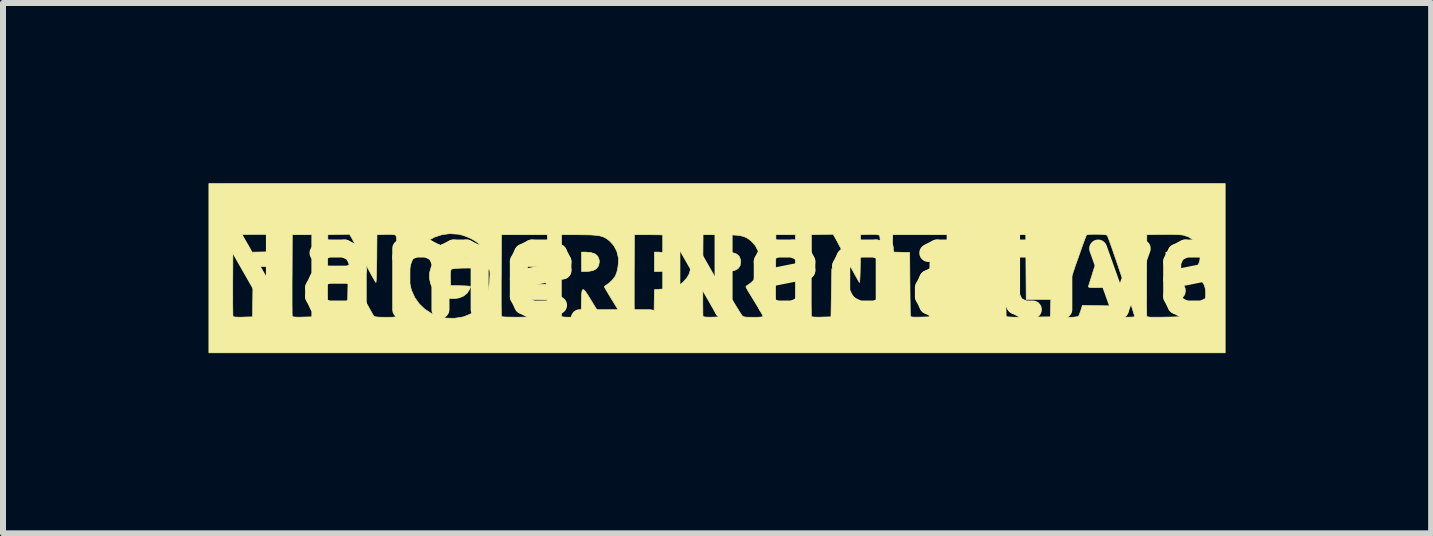
<source format=kicad_pcb>
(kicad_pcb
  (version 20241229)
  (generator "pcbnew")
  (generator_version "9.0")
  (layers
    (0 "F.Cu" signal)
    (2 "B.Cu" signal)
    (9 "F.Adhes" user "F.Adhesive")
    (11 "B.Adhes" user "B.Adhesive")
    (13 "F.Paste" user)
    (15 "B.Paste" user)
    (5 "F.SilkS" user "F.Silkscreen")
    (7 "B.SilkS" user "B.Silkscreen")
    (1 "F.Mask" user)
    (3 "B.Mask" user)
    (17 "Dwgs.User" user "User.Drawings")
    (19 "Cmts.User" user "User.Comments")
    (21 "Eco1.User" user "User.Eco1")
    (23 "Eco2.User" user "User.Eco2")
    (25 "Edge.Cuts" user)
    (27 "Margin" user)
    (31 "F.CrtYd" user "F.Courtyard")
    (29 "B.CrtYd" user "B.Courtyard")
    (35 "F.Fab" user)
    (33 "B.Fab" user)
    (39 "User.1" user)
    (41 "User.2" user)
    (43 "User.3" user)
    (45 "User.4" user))
  (footprint "Name_Negative"
    (layer "F.Cu")
    (at 8.897 1.418)
    (property "Reference" "Name_Negative" (at 0 0 0) (layer "F.SilkS") (effects (font (size 1.524 1.524) (thickness 0.3))))
    (attr through_hole)
    (fp_poly (pts (xy -2.191 -0.268) (xy -2.1 -0.26) (xy -2.031 -0.236) (xy -1.986 -0.196) (xy -1.964 -0.139) (xy -1.961 -0.106) (xy -1.973 -0.041) (xy -2.007 0.007) (xy -2.064 0.039) (xy -2.143 0.054) (xy -2.191 0.056) (xy -2.258 0.056) (xy -2.258 -0.268) (xy -2.191 -0.268)) (stroke (width 0.01) (type solid)) (fill yes) (layer "F.SilkS"))
    (fp_poly (pts (xy -0.977 -0.268) (xy -0.886 -0.26) (xy -0.818 -0.236) (xy -0.773 -0.196) (xy -0.751 -0.139) (xy -0.748 -0.106) (xy -0.759 -0.041) (xy -0.793 0.007) (xy -0.85 0.039) (xy -0.93 0.054) (xy -0.977 0.056) (xy -1.044 0.056) (xy -1.044 -0.268) (xy -0.977 -0.268)) (stroke (width 0.01) (type solid)) (fill yes) (layer "F.SilkS"))
    (fp_poly (pts (xy 0.166 -0.268) (xy 0.257 -0.26) (xy 0.325 -0.236) (xy 0.37 -0.196) (xy 0.392 -0.139) (xy 0.395 -0.106) (xy 0.384 -0.041) (xy 0.35 0.007) (xy 0.293 0.039) (xy 0.213 0.054) (xy 0.166 0.056) (xy 0.099 0.056) (xy 0.099 -0.268) (xy 0.166 -0.268)) (stroke (width 0.01) (type solid)) (fill yes) (layer "F.SilkS"))
    (fp_poly (pts (xy 7.639 -0.263) (xy 7.691 -0.245) (xy 7.723 -0.213) (xy 7.736 -0.165) (xy 7.736 -0.148) (xy 7.728 -0.096) (xy 7.702 -0.059) (xy 7.656 -0.038) (xy 7.587 -0.029) (xy 7.563 -0.028) (xy 7.479 -0.028) (xy 7.479 -0.268) (xy 7.563 -0.268) (xy 7.639 -0.263)) (stroke (width 0.01) (type solid)) (fill yes) (layer "F.SilkS"))
    (fp_poly (pts (xy 7.678 0.238) (xy 7.739 0.256) (xy 7.778 0.288) (xy 7.799 0.335) (xy 7.803 0.383) (xy 7.794 0.438) (xy 7.764 0.479) (xy 7.712 0.506) (xy 7.637 0.52) (xy 7.578 0.522) (xy 7.478 0.522) (xy 7.482 0.377) (xy 7.486 0.233) (xy 7.593 0.233) (xy 7.678 0.238)) (stroke (width 0.01) (type solid)) (fill yes) (layer "F.SilkS"))
    (fp_poly (pts (xy 6.334 -0.11) (xy 6.346 -0.074) (xy 6.362 -0.022) (xy 6.382 0.04) (xy 6.402 0.107) (xy 6.422 0.173) (xy 6.44 0.232) (xy 6.454 0.279) (xy 6.462 0.308) (xy 6.463 0.314) (xy 6.45 0.319) (xy 6.414 0.322) (xy 6.363 0.324) (xy 6.322 0.325) (xy 6.255 0.324) (xy 6.212 0.321) (xy 6.191 0.315) (xy 6.187 0.307) (xy 6.193 0.288) (xy 6.206 0.247) (xy 6.224 0.189) (xy 6.246 0.12) (xy 6.258 0.08) (xy 6.281 0.008) (xy 6.301 -0.052) (xy 6.316 -0.097) (xy 6.326 -0.121) (xy 6.328 -0.125) (xy 6.334 -0.11)) (stroke (width 0.01) (type solid)) (fill yes) (layer "F.SilkS"))
    (fp_poly (pts (xy 8.467 1.411) (xy -8.467 1.411) (xy -8.467 0.375) (xy -8.069 0.375) (xy -8.069 0.491) (xy -8.069 0.592) (xy -8.068 0.677) (xy -8.067 0.742) (xy -8.066 0.784) (xy -8.065 0.801) (xy -8.054 0.81) (xy -8.026 0.814) (xy -7.978 0.816) (xy -7.906 0.816) (xy -7.899 0.815) (xy -7.74 0.811) (xy -7.736 0.54) (xy -7.734 0.375) (xy -7.081 0.375) (xy -7.081 0.491) (xy -7.081 0.592) (xy -7.08 0.677) (xy -7.08 0.742) (xy -7.078 0.784) (xy -7.077 0.801) (xy -7.066 0.81) (xy -7.038 0.814) (xy -6.99 0.816) (xy -6.918 0.816) (xy -6.911 0.815) (xy -6.752 0.811) (xy -6.752 0.375) (xy -6.489 0.375) (xy -6.489 0.491) (xy -6.488 0.592) (xy -6.488 0.677) (xy -6.487 0.742) (xy -6.486 0.784) (xy -6.484 0.801) (xy -6.473 0.81) (xy -6.446 0.814) (xy -6.398 0.816) (xy -6.325 0.816) (xy -6.319 0.815) (xy -6.16 0.811) (xy -6.152 0.41) (xy -6.145 0.008) (xy -5.941 0.395) (xy -5.889 0.491) (xy -5.842 0.58) (xy -5.799 0.658) (xy -5.763 0.722) (xy -5.737 0.769) (xy -5.721 0.795) (xy -5.718 0.8) (xy -5.699 0.808) (xy -5.663 0.814) (xy -5.605 0.817) (xy -5.525 0.818) (xy -5.45 0.818) (xy -5.399 0.816) (xy -5.367 0.812) (xy -5.35 0.805) (xy -5.343 0.796) (xy -5.341 0.778) (xy -5.339 0.734) (xy -5.338 0.668) (xy -5.336 0.583) (xy -5.335 0.48) (xy -5.335 0.365) (xy -5.334 0.238) (xy -5.334 0.121) (xy -5.334 0.077) (xy -5.13 0.077) (xy -5.127 0.213) (xy -5.125 0.231) (xy -5.092 0.366) (xy -5.037 0.488) (xy -4.961 0.595) (xy -4.868 0.684) (xy -4.76 0.754) (xy -4.64 0.804) (xy -4.51 0.832) (xy -4.374 0.835) (xy -4.234 0.813) (xy -4.219 0.809) (xy -4.113 0.766) (xy -4.013 0.7) (xy -3.953 0.643) (xy -3.89 0.561) (xy -3.843 0.468) (xy -3.815 0.375) (xy -3.596 0.375) (xy -3.596 0.491) (xy -3.596 0.592) (xy -3.595 0.677) (xy -3.594 0.742) (xy -3.593 0.784) (xy -3.592 0.801) (xy -3.584 0.807) (xy -3.562 0.811) (xy -3.525 0.814) (xy -3.469 0.815) (xy -3.392 0.816) (xy -3.291 0.816) (xy -3.207 0.815) (xy -2.829 0.811) (xy -2.829 0.529) (xy -3.26 0.521) (xy -3.26 0.375) (xy -2.594 0.375) (xy -2.594 0.491) (xy -2.594 0.592) (xy -2.593 0.677) (xy -2.592 0.742) (xy -2.591 0.784) (xy -2.59 0.801) (xy -2.579 0.81) (xy -2.551 0.814) (xy -2.503 0.816) (xy -2.431 0.816) (xy -2.424 0.815) (xy -2.265 0.811) (xy -2.261 0.582) (xy -2.259 0.487) (xy -2.255 0.418) (xy -2.248 0.374) (xy -2.235 0.356) (xy -2.216 0.363) (xy -2.188 0.395) (xy -2.15 0.452) (xy -2.1 0.533) (xy -2.083 0.561) (xy -2.04 0.631) (xy -2.001 0.694) (xy -1.968 0.746) (xy -1.945 0.781) (xy -1.936 0.794) (xy -1.922 0.805) (xy -1.901 0.812) (xy -1.865 0.816) (xy -1.811 0.818) (xy -1.755 0.818) (xy -1.691 0.818) (xy -1.638 0.815) (xy -1.602 0.811) (xy -1.589 0.807) (xy -1.594 0.792) (xy -1.612 0.757) (xy -1.641 0.706) (xy -1.679 0.643) (xy -1.723 0.571) (xy -1.73 0.56) (xy -1.775 0.487) (xy -1.814 0.422) (xy -1.842 0.375) (xy -1.38 0.375) (xy -1.38 0.491) (xy -1.38 0.592) (xy -1.379 0.677) (xy -1.379 0.742) (xy -1.378 0.784) (xy -1.376 0.801) (xy -1.365 0.81) (xy -1.338 0.814) (xy -1.289 0.816) (xy -1.217 0.816) (xy -1.21 0.815) (xy -1.051 0.811) (xy -1.047 0.584) (xy -1.044 0.375) (xy -0.237 0.375) (xy -0.237 0.491) (xy -0.237 0.592) (xy -0.236 0.677) (xy -0.236 0.742) (xy -0.235 0.784) (xy -0.233 0.801) (xy -0.222 0.81) (xy -0.195 0.814) (xy -0.146 0.816) (xy -0.074 0.816) (xy -0.067 0.815) (xy 0.092 0.811) (xy 0.096 0.582) (xy 0.098 0.487) (xy 0.102 0.418) (xy 0.109 0.374) (xy 0.121 0.356) (xy 0.141 0.363) (xy 0.168 0.395) (xy 0.207 0.452) (xy 0.257 0.533) (xy 0.274 0.561) (xy 0.316 0.631) (xy 0.356 0.694) (xy 0.388 0.746) (xy 0.411 0.781) (xy 0.421 0.794) (xy 0.434 0.805) (xy 0.456 0.812) (xy 0.491 0.816) (xy 0.545 0.818) (xy 0.601 0.818) (xy 0.665 0.818) (xy 0.718 0.815) (xy 0.754 0.811) (xy 0.767 0.807) (xy 0.762 0.792) (xy 0.744 0.757) (xy 0.715 0.706) (xy 0.678 0.643) (xy 0.634 0.571) (xy 0.627 0.56) (xy 0.582 0.487) (xy 0.542 0.422) (xy 0.514 0.375) (xy 0.976 0.375) (xy 0.976 0.491) (xy 0.976 0.592) (xy 0.977 0.677) (xy 0.978 0.742) (xy 0.979 0.784) (xy 0.98 0.801) (xy 0.991 0.81) (xy 1.019 0.814) (xy 1.067 0.816) (xy 1.14 0.816) (xy 1.146 0.815) (xy 1.305 0.811) (xy 1.305 0.375) (xy 1.569 0.375) (xy 1.569 0.491) (xy 1.569 0.592) (xy 1.57 0.677) (xy 1.571 0.742) (xy 1.572 0.784) (xy 1.573 0.801) (xy 1.584 0.81) (xy 1.612 0.814) (xy 1.66 0.816) (xy 1.732 0.816) (xy 1.739 0.815) (xy 1.898 0.811) (xy 1.905 0.41) (xy 1.912 0.008) (xy 2.117 0.395) (xy 2.168 0.491) (xy 2.216 0.58) (xy 2.258 0.658) (xy 2.294 0.722) (xy 2.321 0.769) (xy 2.337 0.795) (xy 2.34 0.8) (xy 2.358 0.808) (xy 2.395 0.814) (xy 2.453 0.817) (xy 2.532 0.818) (xy 2.607 0.818) (xy 2.658 0.816) (xy 2.69 0.812) (xy 2.707 0.805) (xy 2.715 0.796) (xy 2.717 0.778) (xy 2.718 0.734) (xy 2.72 0.668) (xy 2.721 0.583) (xy 2.722 0.48) (xy 2.723 0.365) (xy 2.723 0.238) (xy 2.723 0.121) (xy 2.723 -0.036) (xy 2.723 -0.167) (xy 2.722 -0.269) (xy 2.92 -0.269) (xy 3.21 -0.261) (xy 3.214 0.261) (xy 3.215 0.38) (xy 3.216 0.491) (xy 3.218 0.59) (xy 3.219 0.673) (xy 3.221 0.738) (xy 3.222 0.782) (xy 3.224 0.801) (xy 3.224 0.801) (xy 3.235 0.81) (xy 3.263 0.815) (xy 3.312 0.816) (xy 3.383 0.815) (xy 3.535 0.811) (xy 3.541 0.375) (xy 4.814 0.375) (xy 4.814 0.491) (xy 4.815 0.592) (xy 4.815 0.677) (xy 4.816 0.742) (xy 4.817 0.784) (xy 4.818 0.801) (xy 4.827 0.807) (xy 4.848 0.811) (xy 4.886 0.814) (xy 4.942 0.816) (xy 5.02 0.816) (xy 5.122 0.816) (xy 5.189 0.815) (xy 5.553 0.811) (xy 5.553 0.803) (xy 5.694 0.803) (xy 5.694 0.804) (xy 5.712 0.811) (xy 5.751 0.816) (xy 5.803 0.818) (xy 5.863 0.819) (xy 5.922 0.817) (xy 5.973 0.813) (xy 6.009 0.807) (xy 6.022 0.801) (xy 6.034 0.778) (xy 6.049 0.739) (xy 6.062 0.702) (xy 6.087 0.62) (xy 6.326 0.624) (xy 6.564 0.628) (xy 6.594 0.72) (xy 6.625 0.811) (xy 6.786 0.815) (xy 6.851 0.816) (xy 6.906 0.815) (xy 6.943 0.812) (xy 6.958 0.808) (xy 6.955 0.794) (xy 6.944 0.756) (xy 6.926 0.697) (xy 6.902 0.621) (xy 6.872 0.531) (xy 6.839 0.429) (xy 6.821 0.375) (xy 7.157 0.375) (xy 7.157 0.491) (xy 7.157 0.593) (xy 7.158 0.678) (xy 7.159 0.743) (xy 7.16 0.785) (xy 7.161 0.802) (xy 7.168 0.809) (xy 7.186 0.813) (xy 7.218 0.816) (xy 7.267 0.817) (xy 7.336 0.817) (xy 7.429 0.816) (xy 7.49 0.815) (xy 7.599 0.813) (xy 7.685 0.81) (xy 7.751 0.806) (xy 7.802 0.801) (xy 7.841 0.795) (xy 7.874 0.787) (xy 7.888 0.782) (xy 7.955 0.75) (xy 8.019 0.703) (xy 8.074 0.647) (xy 8.114 0.59) (xy 8.127 0.557) (xy 8.139 0.488) (xy 8.141 0.411) (xy 8.134 0.339) (xy 8.12 0.285) (xy 8.083 0.223) (xy 8.029 0.164) (xy 7.967 0.117) (xy 7.945 0.106) (xy 7.892 0.082) (xy 7.959 0.016) (xy 8.002 -0.034) (xy 8.029 -0.081) (xy 8.043 -0.125) (xy 8.053 -0.222) (xy 8.037 -0.314) (xy 7.998 -0.397) (xy 7.938 -0.466) (xy 7.861 -0.519) (xy 7.77 -0.55) (xy 7.73 -0.555) (xy 7.668 -0.559) (xy 7.589 -0.561) (xy 7.499 -0.562) (xy 7.429 -0.561) (xy 7.161 -0.557) (xy 7.158 0.113) (xy 7.157 0.248) (xy 7.157 0.375) (xy 6.821 0.375) (xy 6.802 0.319) (xy 6.764 0.205) (xy 6.724 0.088) (xy 6.685 -0.028) (xy 6.647 -0.139) (xy 6.611 -0.243) (xy 6.579 -0.337) (xy 6.55 -0.417) (xy 6.527 -0.481) (xy 6.51 -0.525) (xy 6.501 -0.546) (xy 6.501 -0.547) (xy 6.483 -0.554) (xy 6.444 -0.559) (xy 6.391 -0.563) (xy 6.331 -0.565) (xy 6.27 -0.565) (xy 6.216 -0.563) (xy 6.176 -0.559) (xy 6.158 -0.554) (xy 6.15 -0.538) (xy 6.134 -0.499) (xy 6.112 -0.44) (xy 6.084 -0.363) (xy 6.052 -0.272) (xy 6.016 -0.17) (xy 5.977 -0.06) (xy 5.938 0.055) (xy 5.898 0.172) (xy 5.858 0.288) (xy 5.821 0.399) (xy 5.786 0.503) (xy 5.756 0.597) (xy 5.73 0.677) (xy 5.71 0.74) (xy 5.698 0.783) (xy 5.694 0.803) (xy 5.553 0.803) (xy 5.557 0.667) (xy 5.561 0.522) (xy 5.151 0.522) (xy 5.147 -0.018) (xy 5.144 -0.557) (xy 4.819 -0.557) (xy 4.815 0.113) (xy 4.815 0.248) (xy 4.814 0.375) (xy 3.541 0.375) (xy 3.542 0.275) (xy 3.549 -0.261) (xy 3.69 -0.268) (xy 3.831 -0.275) (xy 3.831 -0.557) (xy 2.928 -0.557) (xy 2.924 -0.413) (xy 2.92 -0.269) (xy 2.722 -0.269) (xy 2.722 -0.274) (xy 2.721 -0.36) (xy 2.719 -0.426) (xy 2.717 -0.476) (xy 2.714 -0.511) (xy 2.711 -0.533) (xy 2.706 -0.546) (xy 2.704 -0.549) (xy 2.677 -0.557) (xy 2.624 -0.562) (xy 2.546 -0.562) (xy 2.538 -0.561) (xy 2.392 -0.557) (xy 2.388 -0.159) (xy 2.387 -0.056) (xy 2.385 0.037) (xy 2.383 0.116) (xy 2.38 0.179) (xy 2.377 0.221) (xy 2.374 0.239) (xy 2.374 0.239) (xy 2.365 0.227) (xy 2.345 0.193) (xy 2.315 0.141) (xy 2.277 0.072) (xy 2.233 -0.009) (xy 2.185 -0.099) (xy 2.173 -0.122) (xy 2.123 -0.216) (xy 2.076 -0.305) (xy 2.034 -0.383) (xy 2 -0.448) (xy 1.974 -0.495) (xy 1.959 -0.522) (xy 1.958 -0.524) (xy 1.933 -0.565) (xy 1.573 -0.557) (xy 1.57 0.113) (xy 1.569 0.248) (xy 1.569 0.375) (xy 1.305 0.375) (xy 1.305 -0.557) (xy 0.981 -0.557) (xy 0.977 0.113) (xy 0.976 0.248) (xy 0.976 0.375) (xy 0.514 0.375) (xy 0.51 0.368) (xy 0.489 0.33) (xy 0.48 0.312) (xy 0.48 0.311) (xy 0.491 0.295) (xy 0.518 0.277) (xy 0.519 0.277) (xy 0.566 0.243) (xy 0.615 0.194) (xy 0.655 0.141) (xy 0.668 0.119) (xy 0.689 0.061) (xy 0.705 -0.013) (xy 0.714 -0.092) (xy 0.714 -0.162) (xy 0.712 -0.175) (xy 0.686 -0.284) (xy 0.637 -0.376) (xy 0.575 -0.445) (xy 0.535 -0.479) (xy 0.494 -0.505) (xy 0.45 -0.525) (xy 0.398 -0.539) (xy 0.334 -0.548) (xy 0.253 -0.554) (xy 0.151 -0.556) (xy 0.056 -0.557) (xy -0.233 -0.557) (xy -0.237 0.113) (xy -0.237 0.248) (xy -0.237 0.375) (xy -1.044 0.375) (xy -1.044 0.357) (xy -0.913 0.348) (xy -0.809 0.338) (xy -0.726 0.321) (xy -0.659 0.296) (xy -0.6 0.26) (xy -0.568 0.233) (xy -0.506 0.168) (xy -0.465 0.097) (xy -0.441 0.015) (xy -0.432 -0.085) (xy -0.432 -0.106) (xy -0.439 -0.21) (xy -0.459 -0.295) (xy -0.497 -0.367) (xy -0.554 -0.432) (xy -0.568 -0.445) (xy -0.608 -0.479) (xy -0.649 -0.505) (xy -0.693 -0.525) (xy -0.745 -0.539) (xy -0.809 -0.548) (xy -0.89 -0.554) (xy -0.992 -0.556) (xy -1.087 -0.557) (xy -1.376 -0.557) (xy -1.38 0.113) (xy -1.38 0.248) (xy -1.38 0.375) (xy -1.842 0.375) (xy -1.846 0.368) (xy -1.868 0.33) (xy -1.877 0.312) (xy -1.877 0.311) (xy -1.866 0.295) (xy -1.838 0.277) (xy -1.838 0.277) (xy -1.791 0.243) (xy -1.742 0.194) (xy -1.701 0.141) (xy -1.689 0.119) (xy -1.668 0.061) (xy -1.652 -0.013) (xy -1.643 -0.092) (xy -1.643 -0.162) (xy -1.644 -0.175) (xy -1.671 -0.284) (xy -1.72 -0.376) (xy -1.782 -0.445) (xy -1.822 -0.479) (xy -1.862 -0.505) (xy -1.906 -0.525) (xy -1.958 -0.539) (xy -2.023 -0.548) (xy -2.104 -0.554) (xy -2.206 -0.556) (xy -2.3 -0.557) (xy -2.589 -0.557) (xy -2.593 0.113) (xy -2.594 0.248) (xy -2.594 0.375) (xy -3.26 0.375) (xy -3.26 0.268) (xy -2.849 0.268) (xy -2.853 0.123) (xy -2.857 -0.021) (xy -3.26 -0.029) (xy -3.26 -0.268) (xy -3.04 -0.268) (xy -2.821 -0.268) (xy -2.825 -0.413) (xy -2.829 -0.557) (xy -3.591 -0.557) (xy -3.595 0.113) (xy -3.596 0.248) (xy -3.596 0.375) (xy -3.815 0.375) (xy -3.81 0.359) (xy -3.791 0.231) (xy -3.787 0.181) (xy -3.783 0.109) (xy -3.784 0.061) (xy -3.79 0.032) (xy -3.796 0.022) (xy -3.816 0.014) (xy -3.859 0.008) (xy -3.92 0.003) (xy -3.994 -0.000307) (xy -4.075 -0.002) (xy -4.159 -0.002) (xy -4.239 -0.001) (xy -4.312 0.002) (xy -4.371 0.007) (xy -4.413 0.013) (xy -4.43 0.02) (xy -4.438 0.046) (xy -4.442 0.098) (xy -4.442 0.164) (xy -4.438 0.289) (xy -4.272 0.293) (xy -4.208 0.295) (xy -4.155 0.298) (xy -4.119 0.301) (xy -4.106 0.304) (xy -4.111 0.321) (xy -4.123 0.352) (xy -4.126 0.357) (xy -4.166 0.419) (xy -4.224 0.465) (xy -4.297 0.495) (xy -4.379 0.508) (xy -4.465 0.504) (xy -4.551 0.483) (xy -4.63 0.444) (xy -4.668 0.415) (xy -4.731 0.344) (xy -4.773 0.259) (xy -4.792 0.167) (xy -4.789 0.073) (xy -4.763 -0.018) (xy -4.714 -0.1) (xy -4.697 -0.12) (xy -4.629 -0.182) (xy -4.556 -0.22) (xy -4.472 -0.238) (xy -4.421 -0.24) (xy -4.365 -0.238) (xy -4.321 -0.231) (xy -4.276 -0.215) (xy -4.219 -0.188) (xy -4.219 -0.188) (xy -4.117 -0.135) (xy -4.028 -0.233) (xy -3.988 -0.279) (xy -3.958 -0.319) (xy -3.94 -0.347) (xy -3.938 -0.355) (xy -3.95 -0.386) (xy -3.984 -0.42) (xy -4.036 -0.457) (xy -4.1 -0.493) (xy -4.172 -0.525) (xy -4.246 -0.55) (xy -4.316 -0.566) (xy -4.452 -0.575) (xy -4.582 -0.558) (xy -4.704 -0.518) (xy -4.816 -0.457) (xy -4.914 -0.377) (xy -4.997 -0.282) (xy -5.063 -0.172) (xy -5.108 -0.052) (xy -5.13 0.077) (xy -5.334 0.077) (xy -5.334 -0.036) (xy -5.335 -0.167) (xy -5.335 -0.274) (xy -5.336 -0.36) (xy -5.338 -0.426) (xy -5.34 -0.476) (xy -5.343 -0.511) (xy -5.347 -0.533) (xy -5.351 -0.546) (xy -5.354 -0.549) (xy -5.38 -0.557) (xy -5.433 -0.562) (xy -5.511 -0.562) (xy -5.52 -0.561) (xy -5.666 -0.557) (xy -5.669 -0.159) (xy -5.671 -0.056) (xy -5.673 0.037) (xy -5.675 0.116) (xy -5.677 0.179) (xy -5.68 0.221) (xy -5.683 0.239) (xy -5.683 0.239) (xy -5.692 0.227) (xy -5.713 0.193) (xy -5.743 0.141) (xy -5.78 0.072) (xy -5.824 -0.009) (xy -5.872 -0.099) (xy -5.884 -0.122) (xy -5.934 -0.216) (xy -5.981 -0.305) (xy -6.023 -0.383) (xy -6.058 -0.448) (xy -6.083 -0.495) (xy -6.098 -0.522) (xy -6.1 -0.524) (xy -6.124 -0.565) (xy -6.304 -0.561) (xy -6.484 -0.557) (xy -6.488 0.113) (xy -6.488 0.248) (xy -6.489 0.375) (xy -6.752 0.375) (xy -6.752 -0.557) (xy -7.077 -0.557) (xy -7.08 0.113) (xy -7.081 0.248) (xy -7.081 0.375) (xy -7.734 0.375) (xy -7.732 0.269) (xy -7.532 0.265) (xy -7.331 0.261) (xy -7.331 -0.021) (xy -7.532 -0.025) (xy -7.733 -0.029) (xy -7.733 -0.267) (xy -7.518 -0.271) (xy -7.303 -0.275) (xy -7.298 -0.404) (xy -7.298 -0.47) (xy -7.3 -0.514) (xy -7.307 -0.54) (xy -7.314 -0.548) (xy -7.331 -0.554) (xy -7.366 -0.558) (xy -7.422 -0.561) (xy -7.501 -0.562) (xy -7.605 -0.562) (xy -7.699 -0.561) (xy -8.065 -0.557) (xy -8.068 0.113) (xy -8.069 0.248) (xy -8.069 0.375) (xy -8.467 0.375) (xy -8.467 -1.411) (xy 8.467 -1.411) (xy 8.467 1.411)) (stroke (width 0.01) (type solid)) (fill yes) (layer "F.SilkS")))
  (gr_rect
    (start -3 -3)
    (end 20.795 5.836)
    (stroke (width 0.1) (type default))
    (fill no)
    (layer "Edge.Cuts")))
</source>
